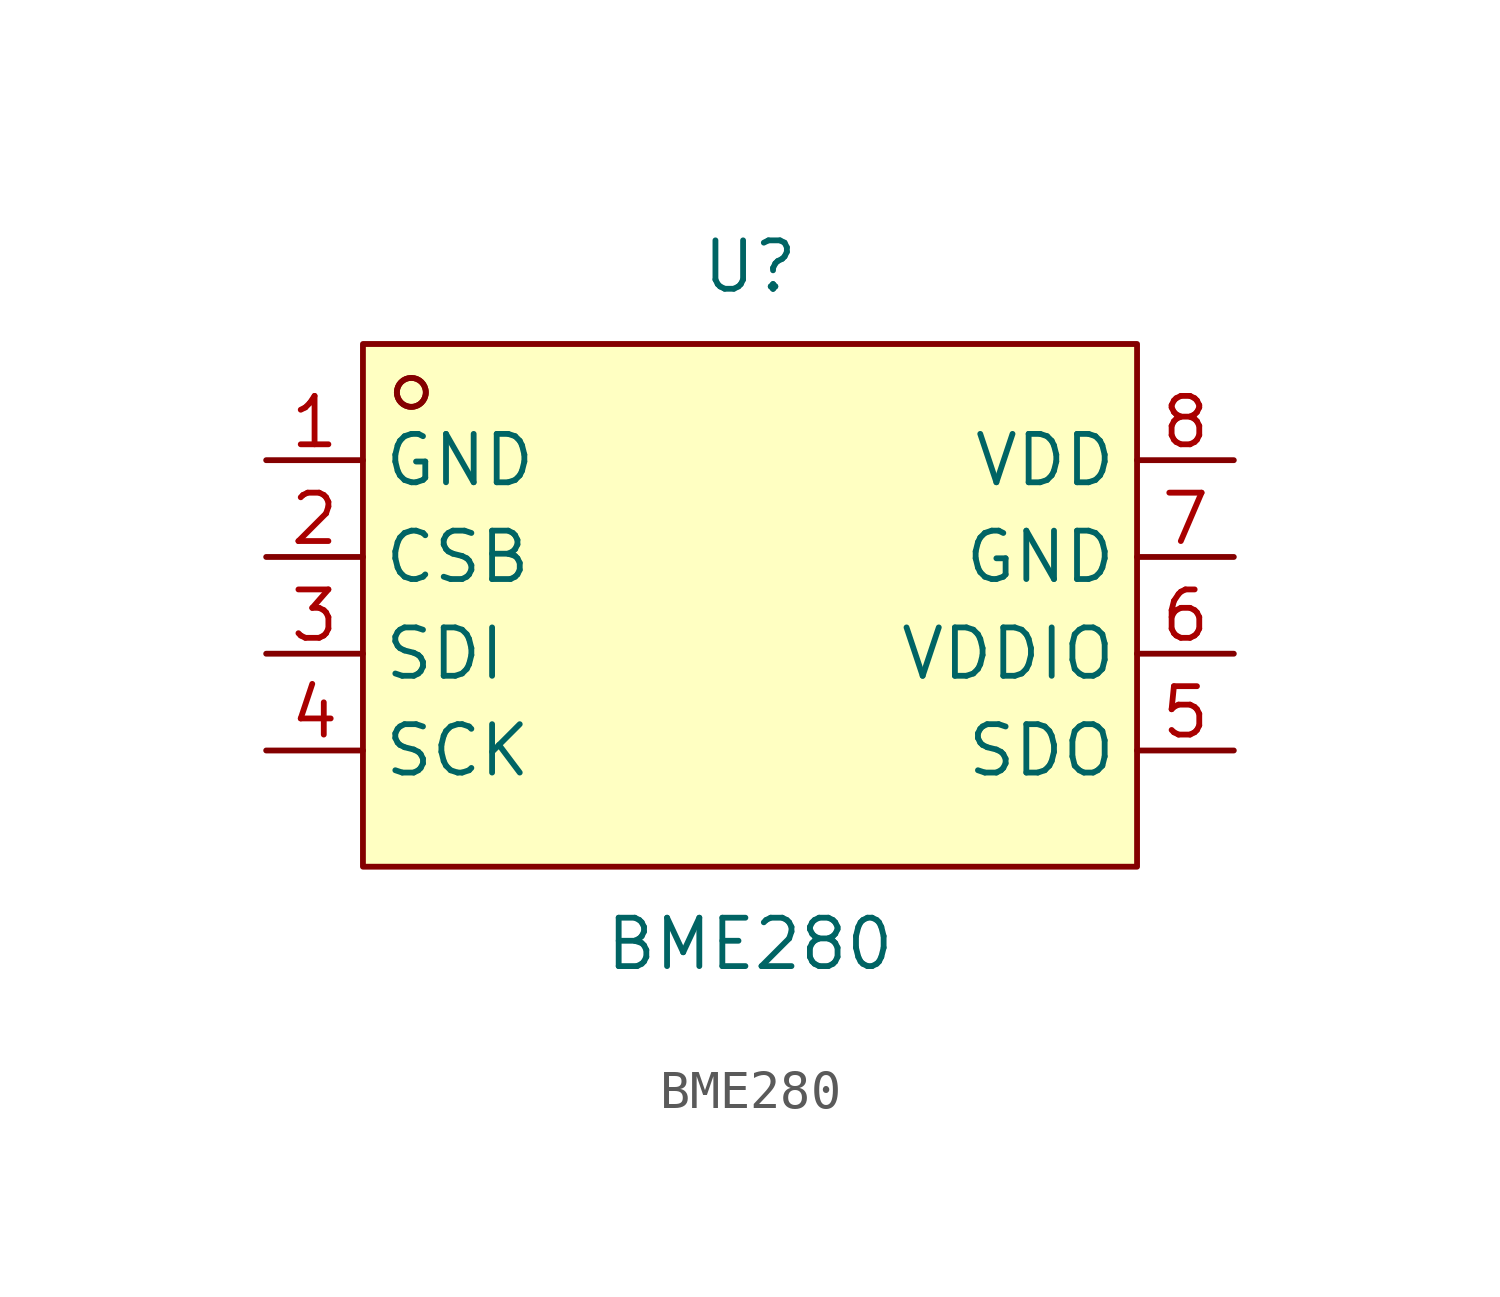
<source format=kicad_sym>
(kicad_symbol_lib
  (version 20211014)
  (generator https://github.com/uPesy/easyeda2kicad.py)
  (symbol "BME280"
    (property "Reference" "U"
      (at 0 8.89 0)
      (effects (font (size 1.27 1.27))))
    (property "Value" "BME280"
      (at 0 -8.89 0)
      (effects (font (size 1.27 1.27))))
    (symbol "BME280_0_1"
      (rectangle (start -10.16 6.86) (end 10.16 -6.86) (stroke (width 0) (type default) (color 0 0 0 0)) (fill (type background)))
      (circle (center -8.89 5.59) (radius 0.38) (stroke (width 0) (type default) (color 0 0 0 0)) (fill (type none)))
      (circle (center -8.89 5.59) (radius 0.38) (stroke (width 0) (type default) (color 0 0 0 0)) (fill (type none)))
      (pin unspecified line (at -12.70 3.81 0) (length 2.54) (name "GND" (effects (font (size 1.27 1.27)))) (number "1" (effects (font (size 1.27 1.27)))))
      (pin unspecified line (at -12.70 1.27 0) (length 2.54) (name "CSB" (effects (font (size 1.27 1.27)))) (number "2" (effects (font (size 1.27 1.27)))))
      (pin unspecified line (at -12.70 -1.27 0) (length 2.54) (name "SDI" (effects (font (size 1.27 1.27)))) (number "3" (effects (font (size 1.27 1.27)))))
      (pin unspecified line (at -12.70 -3.81 0) (length 2.54) (name "SCK" (effects (font (size 1.27 1.27)))) (number "4" (effects (font (size 1.27 1.27)))))
      (pin unspecified line (at 12.70 -3.81 180) (length 2.54) (name "SDO" (effects (font (size 1.27 1.27)))) (number "5" (effects (font (size 1.27 1.27)))))
      (pin unspecified line (at 12.70 -1.27 180) (length 2.54) (name "VDDIO" (effects (font (size 1.27 1.27)))) (number "6" (effects (font (size 1.27 1.27)))))
      (pin unspecified line (at 12.70 1.27 180) (length 2.54) (name "GND" (effects (font (size 1.27 1.27)))) (number "7" (effects (font (size 1.27 1.27)))))
      (pin unspecified line (at 12.70 3.81 180) (length 2.54) (name "VDD" (effects (font (size 1.27 1.27)))) (number "8" (effects (font (size 1.27 1.27))))))))
</source>
